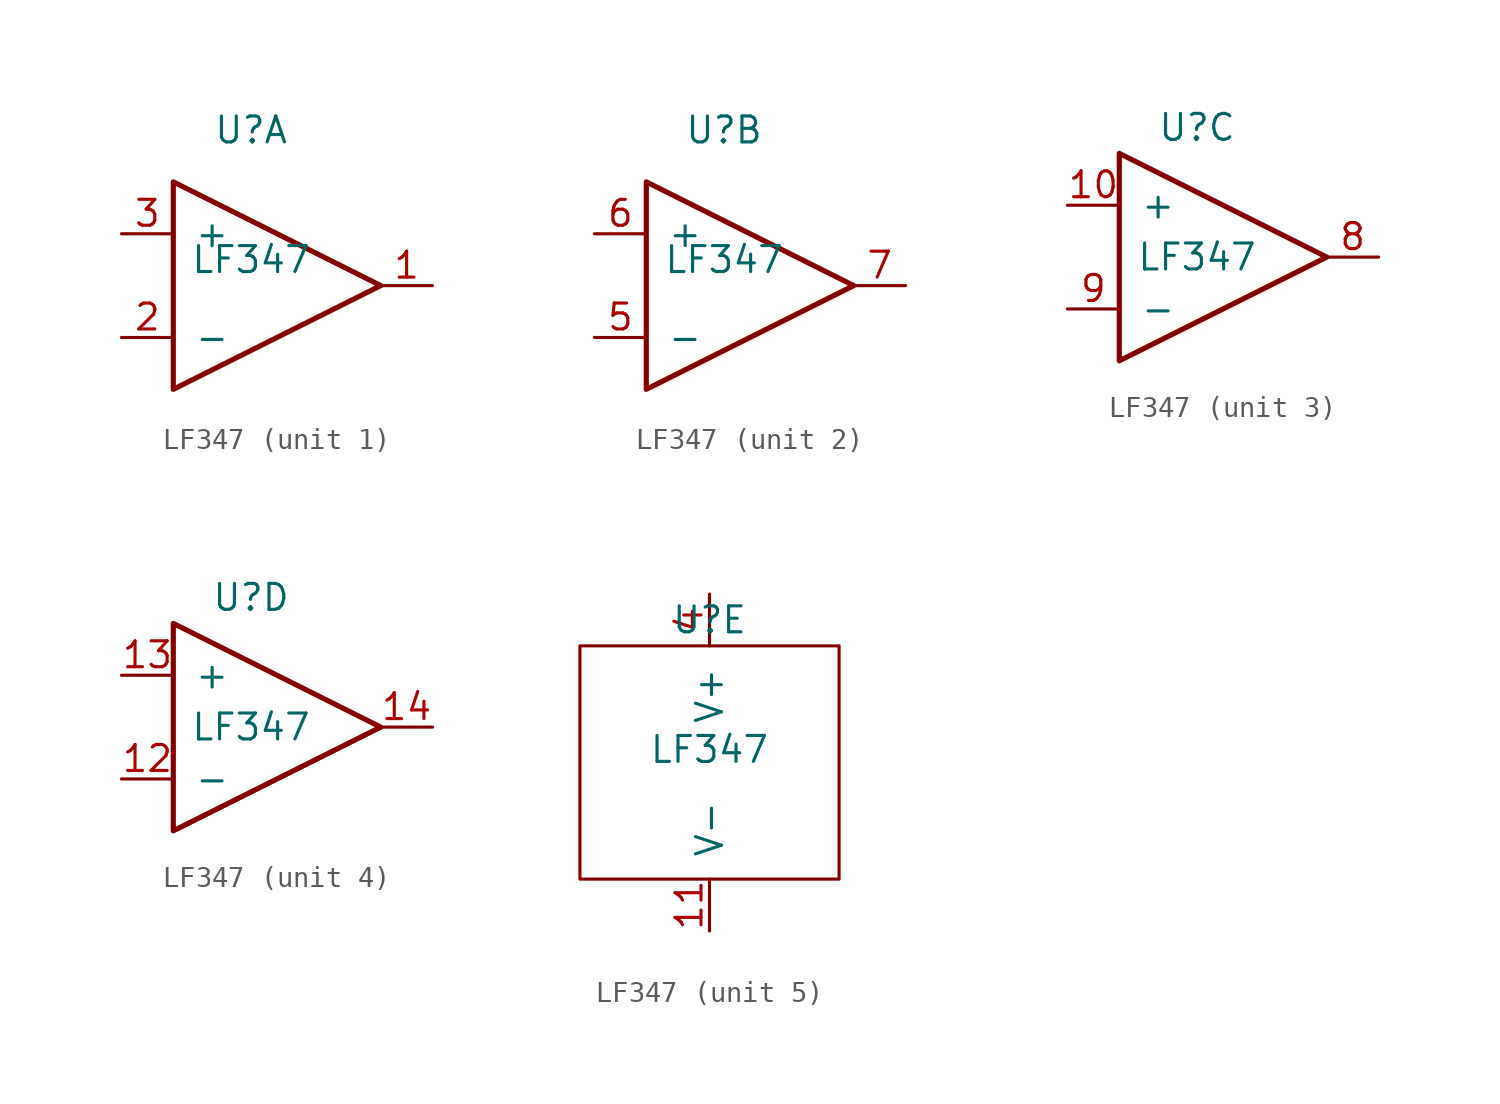
<source format=kicad_sym>
(kicad_symbol_lib
  (version 20211014)
  (generator kicad_symbol_editor)
  (symbol "LF347"
    (pin_names
      (offset 1.016))
    (property "Reference" "U"
      (at 0 6.35 0)
      (effects (font (size 1.27 1.27))))
    (property "Value" "LF347"
      (at 0 0 0)
      (effects (font (size 1.27 1.27))))
    (property "ki_locked" ""
      (at 0 0 0)
      (effects (font (size 1.27 1.27))))
    (symbol "LF347_1_1"
      (polyline (pts (xy -3.81 3.81) (xy 6.35 -1.27) (xy -3.81 -6.35) (xy -3.81 3.81)) (stroke (width 0.254) (type default) (color 0 0 0 0)) (fill (type none)))
      (pin output line (at 8.89 -1.27 180) (length 2.54) (name "~" (effects (font (size 1.27 1.27)))) (number "1" (effects (font (size 1.27 1.27)))))
      (pin input line (at -6.35 -3.81 0) (length 2.54) (name "-" (effects (font (size 1.27 1.27)))) (number "2" (effects (font (size 1.27 1.27)))))
      (pin input line (at -6.35 1.27 0) (length 2.54) (name "+" (effects (font (size 1.27 1.27)))) (number "3" (effects (font (size 1.27 1.27))))))
    (symbol "LF347_2_1"
      (polyline (pts (xy -3.81 3.81) (xy 6.35 -1.27) (xy -3.81 -6.35) (xy -3.81 3.81)) (stroke (width 0.254) (type default) (color 0 0 0 0)) (fill (type none)))
      (pin input line (at -6.35 -3.81 0) (length 2.54) (name "-" (effects (font (size 1.27 1.27)))) (number "5" (effects (font (size 1.27 1.27)))))
      (pin input line (at -6.35 1.27 0) (length 2.54) (name "+" (effects (font (size 1.27 1.27)))) (number "6" (effects (font (size 1.27 1.27)))))
      (pin output line (at 8.89 -1.27 180) (length 2.54) (name "~" (effects (font (size 1.27 1.27)))) (number "7" (effects (font (size 1.27 1.27))))))
    (symbol "LF347_3_1"
      (polyline (pts (xy -3.81 5.08) (xy 6.35 0) (xy -3.81 -5.08) (xy -3.81 5.08)) (stroke (width 0.254) (type default) (color 0 0 0 0)) (fill (type none)))
      (pin input line (at -6.35 2.54 0) (length 2.54) (name "+" (effects (font (size 1.27 1.27)))) (number "10" (effects (font (size 1.27 1.27)))))
      (pin output line (at 8.89 0 180) (length 2.54) (name "~" (effects (font (size 1.27 1.27)))) (number "8" (effects (font (size 1.27 1.27)))))
      (pin input line (at -6.35 -2.54 0) (length 2.54) (name "-" (effects (font (size 1.27 1.27)))) (number "9" (effects (font (size 1.27 1.27))))))
    (symbol "LF347_4_1"
      (polyline (pts (xy -3.81 5.08) (xy 6.35 0) (xy -3.81 -5.08) (xy -3.81 5.08)) (stroke (width 0.254) (type default) (color 0 0 0 0)) (fill (type none)))
      (pin input line (at -6.35 -2.54 0) (length 2.54) (name "-" (effects (font (size 1.27 1.27)))) (number "12" (effects (font (size 1.27 1.27)))))
      (pin input line (at -6.35 2.54 0) (length 2.54) (name "+" (effects (font (size 1.27 1.27)))) (number "13" (effects (font (size 1.27 1.27)))))
      (pin output line (at 8.89 0 180) (length 2.54) (name "~" (effects (font (size 1.27 1.27)))) (number "14" (effects (font (size 1.27 1.27))))))
    (symbol "LF347_5_1"
      (rectangle (start -6.35 5.08) (end 6.35 -6.35) (stroke (width 0) (type default) (color 0 0 0 0)) (fill (type none)))
      (pin passive line (at 0 -8.89 90) (length 2.54) (name "V-" (effects (font (size 1.27 1.27)))) (number "11" (effects (font (size 1.27 1.27)))))
      (pin passive line (at 0 7.62 270) (length 2.54) (name "V+" (effects (font (size 1.27 1.27)))) (number "4" (effects (font (size 1.27 1.27))))))))
</source>
